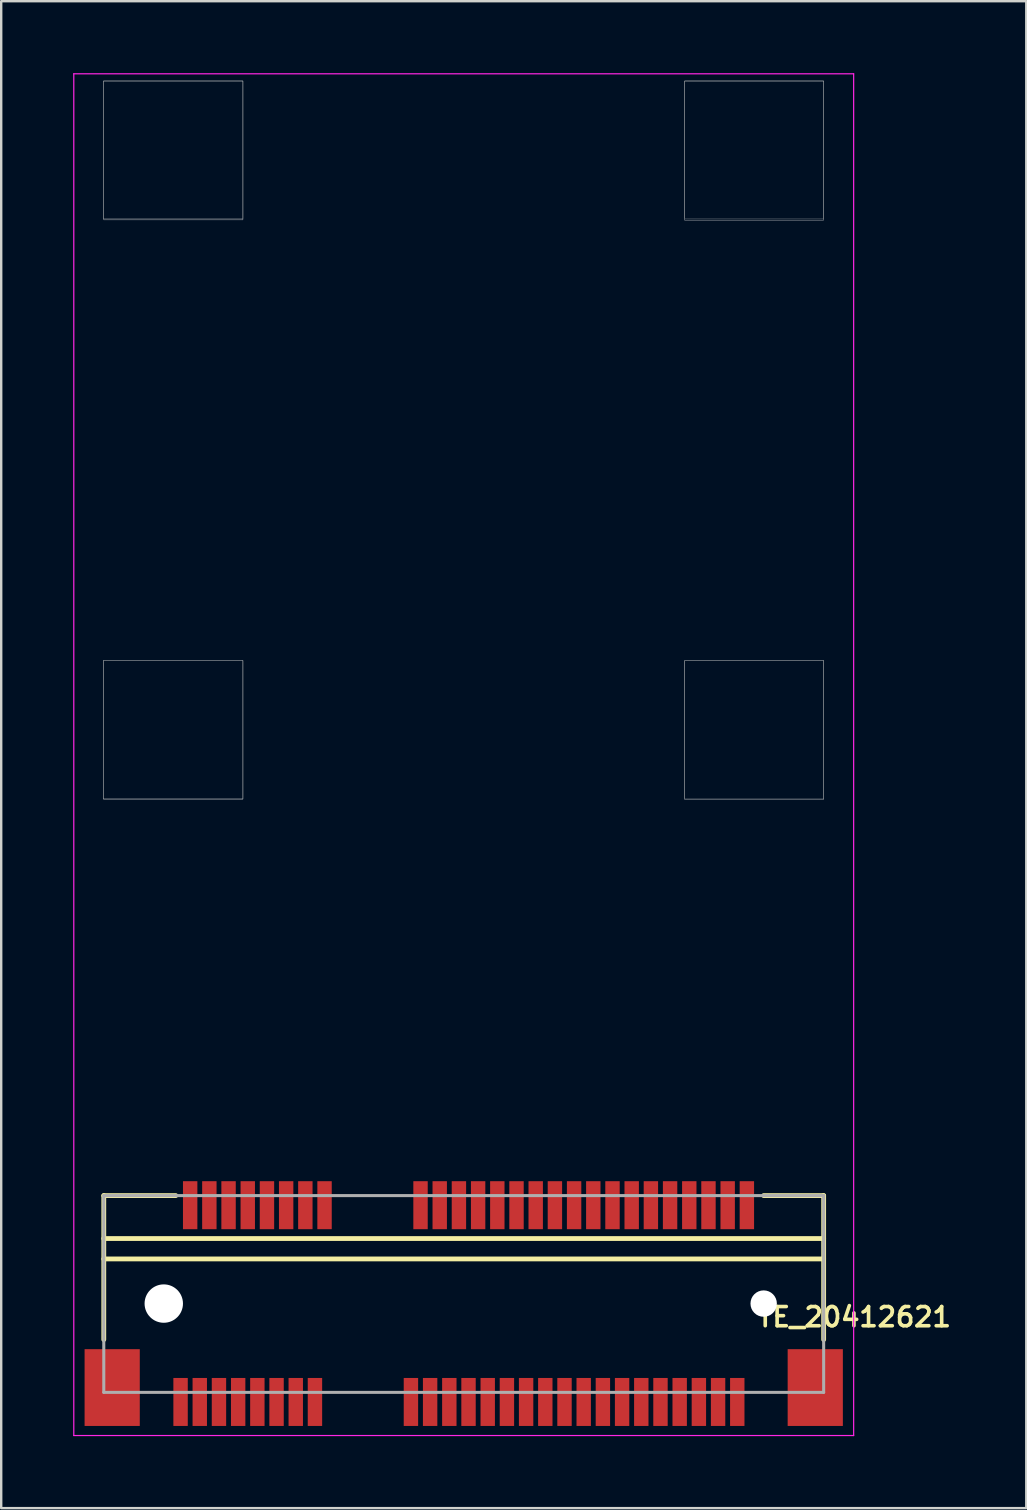
<source format=kicad_pcb>
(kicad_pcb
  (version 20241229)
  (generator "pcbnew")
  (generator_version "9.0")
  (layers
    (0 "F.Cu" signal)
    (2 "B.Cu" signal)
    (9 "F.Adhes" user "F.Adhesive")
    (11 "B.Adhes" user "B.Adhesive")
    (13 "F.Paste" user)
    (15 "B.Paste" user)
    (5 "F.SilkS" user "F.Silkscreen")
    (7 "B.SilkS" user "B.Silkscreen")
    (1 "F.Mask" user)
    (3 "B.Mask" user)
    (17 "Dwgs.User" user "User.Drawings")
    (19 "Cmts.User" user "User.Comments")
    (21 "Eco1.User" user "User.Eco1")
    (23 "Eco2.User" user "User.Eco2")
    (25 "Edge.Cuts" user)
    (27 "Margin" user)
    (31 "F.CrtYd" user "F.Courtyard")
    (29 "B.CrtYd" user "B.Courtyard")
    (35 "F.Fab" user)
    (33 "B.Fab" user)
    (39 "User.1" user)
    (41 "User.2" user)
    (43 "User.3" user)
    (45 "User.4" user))
  (footprint "TE_20412621"
    (layer "F.Cu")
    (at 16.275 51.275)
    (property "Reference" "TE_20412621" (at 16.28 0.56 180) (layer "F.SilkS") (effects (font (size 0.8 0.8) (thickness 0.15))))
    (attr through_hole)
    (fp_line (start -15 -4.5) (end -15 1.5) (stroke (width 0.2) (type solid)) (layer "F.SilkS"))
    (fp_line (start -15 -2.71) (end 15 -2.71) (stroke (width 0.2) (type solid)) (layer "F.SilkS"))
    (fp_line (start -15 -1.86) (end 15 -1.86) (stroke (width 0.2) (type solid)) (layer "F.SilkS"))
    (fp_line (start -12 -4.5) (end -15 -4.5) (stroke (width 0.2) (type solid)) (layer "F.SilkS"))
    (fp_line (start 15 -4.5) (end 12.5 -4.5) (stroke (width 0.2) (type solid)) (layer "F.SilkS"))
    (fp_line (start 15 1.5) (end 15 -4.5) (stroke (width 0.2) (type solid)) (layer "F.SilkS"))
    (fp_poly (pts (xy -15.027 -26.8) (xy -9.2 -26.8) (xy -9.2 -21.038) (xy -15.027 -21.038)) (stroke (width 0.01) (type solid)) (fill no) (layer "Dwgs.User"))
    (fp_poly (pts (xy -15.021 -50.95) (xy -9.2 -50.95) (xy -9.2 -45.215) (xy -15.021 -45.215)) (stroke (width 0.01) (type solid)) (fill no) (layer "Dwgs.User"))
    (fp_poly (pts (xy -15.018 -26.8) (xy -9.2 -26.8) (xy -9.2 -21.024) (xy -15.018 -21.024)) (stroke (width 0.01) (type solid)) (fill no) (layer "Dwgs.User"))
    (fp_poly (pts (xy -15.014 -26.8) (xy -9.2 -26.8) (xy -9.2 -21.02) (xy -15.014 -21.02)) (stroke (width 0.01) (type solid)) (fill no) (layer "Dwgs.User"))
    (fp_poly (pts (xy -15.013 -50.95) (xy -9.2 -50.95) (xy -9.2 -45.188) (xy -15.013 -45.188)) (stroke (width 0.01) (type solid)) (fill no) (layer "Dwgs.User"))
    (fp_poly (pts (xy -15.003 -50.95) (xy -9.2 -50.95) (xy -9.2 -45.159) (xy -15.003 -45.159)) (stroke (width 0.01) (type solid)) (fill no) (layer "Dwgs.User"))
    (fp_poly (pts (xy 9.2 -50.95) (xy 15 -50.95) (xy 15 -45.151) (xy 9.2 -45.151)) (stroke (width 0.01) (type solid)) (fill no) (layer "Dwgs.User"))
    (fp_poly (pts (xy 9.201 -50.95) (xy 15 -50.95) (xy 15 -45.157) (xy 9.201 -45.157)) (stroke (width 0.01) (type solid)) (fill no) (layer "Dwgs.User"))
    (fp_poly (pts (xy 9.204 -26.8) (xy 15 -26.8) (xy 15 -21.01) (xy 9.204 -21.01)) (stroke (width 0.01) (type solid)) (fill no) (layer "Dwgs.User"))
    (fp_poly (pts (xy 9.206 -26.8) (xy 15 -26.8) (xy 15 -21.014) (xy 9.206 -21.014)) (stroke (width 0.01) (type solid)) (fill no) (layer "Dwgs.User"))
    (fp_poly (pts (xy 9.214 -50.95) (xy 15 -50.95) (xy 15 -45.219) (xy 9.214 -45.219)) (stroke (width 0.01) (type solid)) (fill no) (layer "Dwgs.User"))
    (fp_poly (pts (xy 9.216 -26.8) (xy 15 -26.8) (xy 15 -21.037) (xy 9.216 -21.037)) (stroke (width 0.01) (type solid)) (fill no) (layer "Dwgs.User"))
    (fp_circle (center -12.1 -48.05) (end -9.9 -48.05) (stroke (width 0.01) (type solid)) (fill no) (layer "Eco1.User"))
    (fp_circle (center 12.1 -48.05) (end 14.3 -48.05) (stroke (width 0.01) (type solid)) (fill no) (layer "Eco1.User"))
    (fp_line (start -16.25 -51.25) (end 16.25 -51.25) (stroke (width 0.05) (type solid)) (layer "F.CrtYd"))
    (fp_line (start -16.25 5.5) (end -16.25 -51.25) (stroke (width 0.05) (type solid)) (layer "F.CrtYd"))
    (fp_line (start 16.25 -51.25) (end 16.25 5.5) (stroke (width 0.05) (type solid)) (layer "F.CrtYd"))
    (fp_line (start 16.25 5.5) (end -16.25 5.5) (stroke (width 0.05) (type solid)) (layer "F.CrtYd"))
    (fp_line (start -15 -4.5) (end 15 -4.5) (stroke (width 0.127) (type solid)) (layer "F.Fab"))
    (fp_line (start -15 3.7) (end -15 -4.5) (stroke (width 0.127) (type solid)) (layer "F.Fab"))
    (fp_line (start 15 -4.5) (end 15 3.7) (stroke (width 0.127) (type solid)) (layer "F.Fab"))
    (fp_line (start 15 3.7) (end -15 3.7) (stroke (width 0.127) (type solid)) (layer "F.Fab"))
    (pad "" np_thru_hole circle (at -12.5 0) (size 1.6 1.6) (drill 1.6) (layers "*.Cu" "*.Mask"))
    (pad "" np_thru_hole circle (at 12.5 0) (size 1.1 1.1) (drill 1.1) (layers "*.Cu" "*.Mask"))
    (pad "1" smd rect (at -11.8 4.1) (size 0.6 2) (layers "F.Cu" "F.Mask" "F.Paste"))
    (pad "2" smd rect (at -11.4 -4.1) (size 0.6 2) (layers "F.Cu" "F.Mask" "F.Paste"))
    (pad "3" smd rect (at -11 4.1) (size 0.6 2) (layers "F.Cu" "F.Mask" "F.Paste"))
    (pad "4" smd rect (at -10.6 -4.1) (size 0.6 2) (layers "F.Cu" "F.Mask" "F.Paste"))
    (pad "5" smd rect (at -10.2 4.1) (size 0.6 2) (layers "F.Cu" "F.Mask" "F.Paste"))
    (pad "6" smd rect (at -9.8 -4.1) (size 0.6 2) (layers "F.Cu" "F.Mask" "F.Paste"))
    (pad "7" smd rect (at -9.4 4.1) (size 0.6 2) (layers "F.Cu" "F.Mask" "F.Paste"))
    (pad "8" smd rect (at -9 -4.1) (size 0.6 2) (layers "F.Cu" "F.Mask" "F.Paste"))
    (pad "9" smd rect (at -8.6 4.1) (size 0.6 2) (layers "F.Cu" "F.Mask" "F.Paste"))
    (pad "10" smd rect (at -8.2 -4.1) (size 0.6 2) (layers "F.Cu" "F.Mask" "F.Paste"))
    (pad "11" smd rect (at -7.8 4.1) (size 0.6 2) (layers "F.Cu" "F.Mask" "F.Paste"))
    (pad "12" smd rect (at -7.4 -4.1) (size 0.6 2) (layers "F.Cu" "F.Mask" "F.Paste"))
    (pad "13" smd rect (at -7 4.1) (size 0.6 2) (layers "F.Cu" "F.Mask" "F.Paste"))
    (pad "14" smd rect (at -6.6 -4.1) (size 0.6 2) (layers "F.Cu" "F.Mask" "F.Paste"))
    (pad "15" smd rect (at -6.2 4.1) (size 0.6 2) (layers "F.Cu" "F.Mask" "F.Paste"))
    (pad "16" smd rect (at -5.8 -4.1) (size 0.6 2) (layers "F.Cu" "F.Mask" "F.Paste"))
    (pad "17" smd rect (at -2.2 4.1) (size 0.6 2) (layers "F.Cu" "F.Mask" "F.Paste"))
    (pad "18" smd rect (at -1.8 -4.1) (size 0.6 2) (layers "F.Cu" "F.Mask" "F.Paste"))
    (pad "19" smd rect (at -1.4 4.1) (size 0.6 2) (layers "F.Cu" "F.Mask" "F.Paste"))
    (pad "20" smd rect (at -1 -4.1) (size 0.6 2) (layers "F.Cu" "F.Mask" "F.Paste"))
    (pad "21" smd rect (at -0.6 4.1) (size 0.6 2) (layers "F.Cu" "F.Mask" "F.Paste"))
    (pad "22" smd rect (at -0.2 -4.1) (size 0.6 2) (layers "F.Cu" "F.Mask" "F.Paste"))
    (pad "23" smd rect (at 0.2 4.1) (size 0.6 2) (layers "F.Cu" "F.Mask" "F.Paste"))
    (pad "24" smd rect (at 0.6 -4.1) (size 0.6 2) (layers "F.Cu" "F.Mask" "F.Paste"))
    (pad "25" smd rect (at 1 4.1) (size 0.6 2) (layers "F.Cu" "F.Mask" "F.Paste"))
    (pad "26" smd rect (at 1.4 -4.1) (size 0.6 2) (layers "F.Cu" "F.Mask" "F.Paste"))
    (pad "27" smd rect (at 1.8 4.1) (size 0.6 2) (layers "F.Cu" "F.Mask" "F.Paste"))
    (pad "28" smd rect (at 2.2 -4.1) (size 0.6 2) (layers "F.Cu" "F.Mask" "F.Paste"))
    (pad "29" smd rect (at 2.6 4.1) (size 0.6 2) (layers "F.Cu" "F.Mask" "F.Paste"))
    (pad "30" smd rect (at 3 -4.1) (size 0.6 2) (layers "F.Cu" "F.Mask" "F.Paste"))
    (pad "31" smd rect (at 3.4 4.1) (size 0.6 2) (layers "F.Cu" "F.Mask" "F.Paste"))
    (pad "32" smd rect (at 3.8 -4.1) (size 0.6 2) (layers "F.Cu" "F.Mask" "F.Paste"))
    (pad "33" smd rect (at 4.2 4.1) (size 0.6 2) (layers "F.Cu" "F.Mask" "F.Paste"))
    (pad "34" smd rect (at 4.6 -4.1) (size 0.6 2) (layers "F.Cu" "F.Mask" "F.Paste"))
    (pad "35" smd rect (at 5 4.1) (size 0.6 2) (layers "F.Cu" "F.Mask" "F.Paste"))
    (pad "36" smd rect (at 5.4 -4.1) (size 0.6 2) (layers "F.Cu" "F.Mask" "F.Paste"))
    (pad "37" smd rect (at 5.8 4.1) (size 0.6 2) (layers "F.Cu" "F.Mask" "F.Paste"))
    (pad "38" smd rect (at 6.2 -4.1) (size 0.6 2) (layers "F.Cu" "F.Mask" "F.Paste"))
    (pad "39" smd rect (at 6.6 4.1) (size 0.6 2) (layers "F.Cu" "F.Mask" "F.Paste"))
    (pad "40" smd rect (at 7 -4.1) (size 0.6 2) (layers "F.Cu" "F.Mask" "F.Paste"))
    (pad "41" smd rect (at 7.4 4.1) (size 0.6 2) (layers "F.Cu" "F.Mask" "F.Paste"))
    (pad "42" smd rect (at 7.8 -4.1) (size 0.6 2) (layers "F.Cu" "F.Mask" "F.Paste"))
    (pad "43" smd rect (at 8.2 4.1) (size 0.6 2) (layers "F.Cu" "F.Mask" "F.Paste"))
    (pad "44" smd rect (at 8.6 -4.1) (size 0.6 2) (layers "F.Cu" "F.Mask" "F.Paste"))
    (pad "45" smd rect (at 9 4.1) (size 0.6 2) (layers "F.Cu" "F.Mask" "F.Paste"))
    (pad "46" smd rect (at 9.4 -4.1) (size 0.6 2) (layers "F.Cu" "F.Mask" "F.Paste"))
    (pad "47" smd rect (at 9.8 4.1) (size 0.6 2) (layers "F.Cu" "F.Mask" "F.Paste"))
    (pad "48" smd rect (at 10.2 -4.1) (size 0.6 2) (layers "F.Cu" "F.Mask" "F.Paste"))
    (pad "49" smd rect (at 10.6 4.1) (size 0.6 2) (layers "F.Cu" "F.Mask" "F.Paste"))
    (pad "50" smd rect (at 11 -4.1) (size 0.6 2) (layers "F.Cu" "F.Mask" "F.Paste"))
    (pad "51" smd rect (at 11.4 4.1) (size 0.6 2) (layers "F.Cu" "F.Mask" "F.Paste"))
    (pad "52" smd rect (at 11.8 -4.1) (size 0.6 2) (layers "F.Cu" "F.Mask" "F.Paste"))
    (pad "P1" smd rect (at -14.65 3.5) (size 2.3 3.2) (layers "F.Cu" "F.Mask" "F.Paste"))
    (pad "P2" smd rect (at 14.65 3.5) (size 2.3 3.2) (layers "F.Cu" "F.Mask" "F.Paste")))
  (gr_rect
    (start -3 -3)
    (end 39.719 59.8)
    (stroke (width 0.1) (type default))
    (fill no)
    (layer "Edge.Cuts")))
</source>
